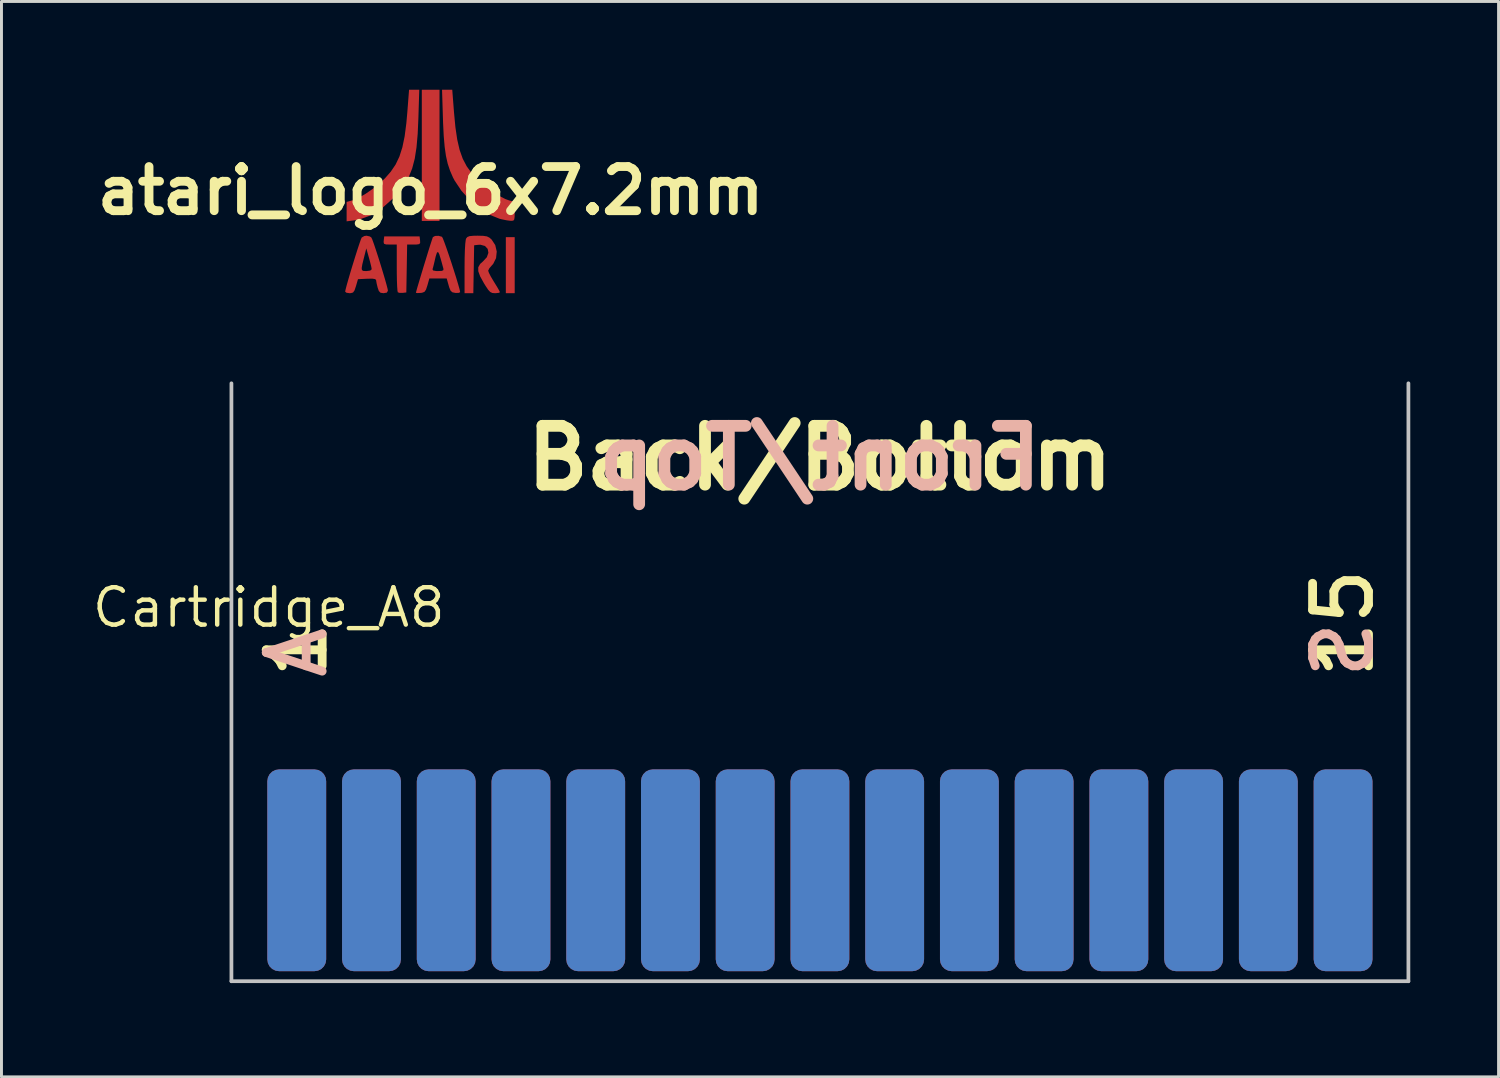
<source format=kicad_pcb>
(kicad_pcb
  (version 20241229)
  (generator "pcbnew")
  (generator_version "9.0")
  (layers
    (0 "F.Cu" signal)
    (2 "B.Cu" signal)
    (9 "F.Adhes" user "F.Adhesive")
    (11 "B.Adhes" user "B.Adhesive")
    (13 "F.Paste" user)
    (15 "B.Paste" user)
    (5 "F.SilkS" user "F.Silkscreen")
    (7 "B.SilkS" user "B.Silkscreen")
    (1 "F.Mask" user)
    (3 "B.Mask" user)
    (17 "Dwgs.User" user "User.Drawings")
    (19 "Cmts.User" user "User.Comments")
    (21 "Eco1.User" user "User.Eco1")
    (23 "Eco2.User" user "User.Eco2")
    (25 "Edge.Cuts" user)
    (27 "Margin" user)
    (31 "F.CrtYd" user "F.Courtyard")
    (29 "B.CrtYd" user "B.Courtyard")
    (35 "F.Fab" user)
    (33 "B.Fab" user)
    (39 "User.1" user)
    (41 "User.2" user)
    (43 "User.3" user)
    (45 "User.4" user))
  (footprint "atari_logo_6x7.2mm"
    (layer "F.Cu")
    (at 11.586 3.432)
    (property "Reference" "atari_logo_6x7.2mm" (at 0 0 0) (layer "F.SilkS") (effects (font (size 1.5 1.5) (thickness 0.3))))
    (attr board_only exclude_from_pos_files exclude_from_bom)
    (fp_poly (pts (xy 0.301 -1.202) (xy 0.301 1.027) (xy 0 1.027) (xy -0.301 1.027) (xy -0.301 -1.202) (xy -0.301 -3.432) (xy 0 -3.432) (xy 0.301 -3.432)) (stroke (width 0) (type solid)) (fill yes) (layer "F.Cu"))
    (fp_poly (pts (xy 2.856 2.53) (xy 2.856 3.482) (xy 2.705 3.482) (xy 2.555 3.482) (xy 2.555 2.53) (xy 2.555 1.578) (xy 2.705 1.578) (xy 2.856 1.578)) (stroke (width 0) (type solid)) (fill yes) (layer "F.Cu"))
    (fp_poly (pts (xy -0.36 1.691) (xy -0.357 1.775) (xy -0.39 1.815) (xy -0.484 1.828) (xy -0.572 1.829) (xy -0.799 1.829) (xy -0.813 2.643) (xy -0.827 3.457) (xy -0.954 3.472) (xy -1.063 3.47) (xy -1.117 3.451) (xy -1.129 3.391) (xy -1.139 3.249) (xy -1.147 3.042) (xy -1.151 2.789) (xy -1.152 2.622) (xy -1.152 1.829) (xy -1.381 1.829) (xy -1.52 1.825) (xy -1.585 1.802) (xy -1.599 1.745) (xy -1.594 1.691) (xy -1.578 1.553) (xy -0.977 1.553) (xy -0.376 1.553)) (stroke (width 0) (type solid)) (fill yes) (layer "F.Cu"))
    (fp_poly (pts (xy -0.417 -2.467) (xy -0.441 -1.928) (xy -0.481 -1.473) (xy -0.541 -1.089) (xy -0.627 -0.76) (xy -0.742 -0.472) (xy -0.892 -0.209) (xy -1.082 0.042) (xy -1.306 0.286) (xy -1.669 0.609) (xy -2.034 0.836) (xy -2.408 0.972) (xy -2.593 1.006) (xy -2.856 1.04) (xy -2.856 0.71) (xy -2.856 0.38) (xy -2.663 0.328) (xy -2.456 0.245) (xy -2.209 0.103) (xy -1.947 -0.079) (xy -1.697 -0.285) (xy -1.554 -0.421) (xy -1.353 -0.651) (xy -1.19 -0.893) (xy -1.061 -1.164) (xy -0.961 -1.478) (xy -0.884 -1.85) (xy -0.826 -2.296) (xy -0.793 -2.668) (xy -0.734 -3.432) (xy -0.56 -3.432) (xy -0.387 -3.432)) (stroke (width 0) (type solid)) (fill yes) (layer "F.Cu"))
    (fp_poly (pts (xy 0.793 -2.668) (xy 0.841 -2.161) (xy 0.903 -1.739) (xy 0.984 -1.387) (xy 1.09 -1.089) (xy 1.225 -0.831) (xy 1.395 -0.596) (xy 1.548 -0.427) (xy 1.782 -0.212) (xy 2.042 -0.01) (xy 2.302 0.161) (xy 2.539 0.283) (xy 2.663 0.328) (xy 2.856 0.38) (xy 2.856 0.703) (xy 2.854 0.878) (xy 2.842 0.974) (xy 2.81 1.015) (xy 2.749 1.023) (xy 2.718 1.023) (xy 2.586 1.006) (xy 2.413 0.971) (xy 2.339 0.952) (xy 2.002 0.816) (xy 1.66 0.6) (xy 1.335 0.323) (xy 1.046 0.001) (xy 0.814 -0.346) (xy 0.758 -0.452) (xy 0.659 -0.68) (xy 0.58 -0.917) (xy 0.52 -1.182) (xy 0.476 -1.491) (xy 0.444 -1.861) (xy 0.422 -2.308) (xy 0.417 -2.467) (xy 0.387 -3.432) (xy 0.56 -3.432) (xy 0.734 -3.432)) (stroke (width 0) (type solid)) (fill yes) (layer "F.Cu"))
    (fp_poly (pts (xy 1.789 1.533) (xy 1.912 1.552) (xy 2 1.596) (xy 2.071 1.659) (xy 2.195 1.846) (xy 2.246 2.067) (xy 2.223 2.29) (xy 2.126 2.485) (xy 2.076 2.541) (xy 1.993 2.638) (xy 1.955 2.716) (xy 1.955 2.719) (xy 1.98 2.79) (xy 2.046 2.919) (xy 2.141 3.079) (xy 2.154 3.1) (xy 2.251 3.257) (xy 2.322 3.38) (xy 2.354 3.446) (xy 2.355 3.45) (xy 2.311 3.471) (xy 2.203 3.482) (xy 2.185 3.482) (xy 2.095 3.475) (xy 2.024 3.441) (xy 1.953 3.364) (xy 1.86 3.224) (xy 1.809 3.141) (xy 1.681 2.909) (xy 1.618 2.735) (xy 1.618 2.601) (xy 1.682 2.488) (xy 1.779 2.401) (xy 1.91 2.259) (xy 1.962 2.11) (xy 1.938 1.977) (xy 1.846 1.878) (xy 1.692 1.835) (xy 1.613 1.838) (xy 1.478 1.854) (xy 1.464 2.668) (xy 1.45 3.482) (xy 1.301 3.482) (xy 1.152 3.482) (xy 1.152 2.602) (xy 1.155 2.286) (xy 1.163 2.014) (xy 1.176 1.802) (xy 1.193 1.665) (xy 1.204 1.625) (xy 1.248 1.572) (xy 1.326 1.542) (xy 1.463 1.53) (xy 1.598 1.528)) (stroke (width 0) (type solid)) (fill yes) (layer "F.Cu"))
    (fp_poly (pts (xy -2.067 1.554) (xy -2.015 1.591) (xy -1.984 1.658) (xy -1.931 1.803) (xy -1.863 2.005) (xy -1.785 2.245) (xy -1.704 2.504) (xy -1.625 2.763) (xy -1.554 3.002) (xy -1.498 3.201) (xy -1.462 3.342) (xy -1.453 3.4) (xy -1.49 3.463) (xy -1.601 3.482) (xy -1.703 3.468) (xy -1.761 3.408) (xy -1.801 3.294) (xy -1.835 3.155) (xy -1.853 3.053) (xy -1.853 3.041) (xy -1.884 3.004) (xy -1.984 2.988) (xy -2.162 2.991) (xy -2.47 3.006) (xy -2.539 3.244) (xy -2.587 3.387) (xy -2.637 3.458) (xy -2.712 3.48) (xy -2.757 3.482) (xy -2.862 3.467) (xy -2.906 3.43) (xy -2.906 3.43) (xy -2.891 3.356) (xy -2.852 3.206) (xy -2.794 3.001) (xy -2.723 2.759) (xy -2.684 2.628) (xy -2.344 2.628) (xy -2.335 2.697) (xy -2.289 2.725) (xy -2.204 2.73) (xy -2.179 2.73) (xy -2.054 2.714) (xy -2.004 2.67) (xy -2.004 2.668) (xy -2.017 2.59) (xy -2.051 2.448) (xy -2.096 2.282) (xy -2.187 1.959) (xy -2.271 2.292) (xy -2.322 2.499) (xy -2.344 2.628) (xy -2.684 2.628) (xy -2.644 2.499) (xy -2.564 2.239) (xy -2.488 2) (xy -2.422 1.8) (xy -2.372 1.657) (xy -2.344 1.591) (xy -2.343 1.591) (xy -2.256 1.54) (xy -2.179 1.528)) (stroke (width 0) (type solid)) (fill yes) (layer "F.Cu"))
    (fp_poly (pts (xy 0.377 1.563) (xy 0.387 1.569) (xy 0.416 1.623) (xy 0.467 1.755) (xy 0.536 1.947) (xy 0.616 2.18) (xy 0.702 2.437) (xy 0.786 2.698) (xy 0.865 2.947) (xy 0.93 3.165) (xy 0.978 3.333) (xy 1.001 3.434) (xy 1.002 3.447) (xy 0.959 3.471) (xy 0.853 3.474) (xy 0.841 3.473) (xy 0.74 3.453) (xy 0.679 3.4) (xy 0.632 3.288) (xy 0.612 3.219) (xy 0.545 2.981) (xy 0.25 2.981) (xy -0.044 2.981) (xy -0.111 3.219) (xy -0.159 3.363) (xy -0.211 3.437) (xy -0.292 3.467) (xy -0.34 3.473) (xy -0.45 3.478) (xy -0.501 3.47) (xy -0.501 3.468) (xy -0.487 3.411) (xy -0.449 3.275) (xy -0.391 3.081) (xy -0.321 2.846) (xy -0.267 2.668) (xy 0.063 2.668) (xy 0.082 2.71) (xy 0.187 2.729) (xy 0.249 2.73) (xy 0.38 2.724) (xy 0.434 2.697) (xy 0.432 2.643) (xy 0.404 2.542) (xy 0.363 2.392) (xy 0.345 2.33) (xy 0.292 2.156) (xy 0.251 2.081) (xy 0.214 2.103) (xy 0.174 2.223) (xy 0.152 2.315) (xy 0.113 2.483) (xy 0.08 2.614) (xy 0.063 2.668) (xy -0.267 2.668) (xy -0.243 2.587) (xy -0.162 2.325) (xy -0.086 2.076) (xy -0.018 1.859) (xy 0.036 1.693) (xy 0.069 1.594) (xy 0.076 1.577) (xy 0.149 1.537) (xy 0.267 1.532)) (stroke (width 0) (type solid)) (fill yes) (layer "F.Cu")))
  (footprint "Cartridge_A8"
    (layer "F.Cu")
    (at 24.815 30.297)
    (property "Reference" "Cartridge_A8" (at -18.73 -12.7 0) (layer "F.SilkS") (effects (font (size 1.27 1.27) (thickness 0.15))))
    (attr exclude_from_pos_files exclude_from_bom)
    (fp_line (start -20 0) (end -20 -20.32) (stroke (width 0.127) (type solid)) (layer "Dwgs.User"))
    (fp_line (start -20 0) (end 20 0) (stroke (width 0.127) (type solid)) (layer "Dwgs.User"))
    (fp_line (start 20 0) (end 20 -20.32) (stroke (width 0.127) (type solid)) (layer "Dwgs.User"))
    (fp_text user "Back/Bottom" (at 0 -17.78 0) (layer "F.SilkS") (effects (font (size 2 2) (thickness 0.4))))
    (fp_text user "15" (at 17.78 -10.16 90) (layer "F.SilkS") (effects (font (size 1.9 1.9) (thickness 0.3)) (justify left)))
    (fp_text user "1" (at -17.78 -10.16 90) (layer "F.SilkS") (effects (font (size 1.9 1.9) (thickness 0.3)) (justify left)))
    (fp_text user "S" (at 17.78 -10.16 270) (layer "B.SilkS") (effects (font (size 1.9 1.9) (thickness 0.3)) (justify right mirror)))
    (fp_text user "Front/Top" (at 0 -17.78 0) (layer "B.SilkS") (effects (font (size 2 2) (thickness 0.4)) (justify mirror)))
    (fp_text user "A" (at -17.78 -10.16 270) (layer "B.SilkS") (effects (font (size 1.9 1.9) (thickness 0.3)) (justify right mirror)))
    (pad "1" smd roundrect (at -17.78 -3.77 90) (size 6.858 2) (layers "F.Cu" "F.Mask") (roundrect_rratio 0.2))
    (pad "2" smd roundrect (at -15.24 -3.77 90) (size 6.858 2) (layers "F.Cu" "F.Mask") (roundrect_rratio 0.2))
    (pad "3" smd roundrect (at -12.7 -3.77 90) (size 6.858 2) (layers "F.Cu" "F.Mask") (roundrect_rratio 0.2))
    (pad "4" smd roundrect (at -10.16 -3.77 90) (size 6.858 2) (layers "F.Cu" "F.Mask") (roundrect_rratio 0.2))
    (pad "5" smd roundrect (at -7.62 -3.77 90) (size 6.858 2) (layers "F.Cu" "F.Mask") (roundrect_rratio 0.2))
    (pad "6" smd roundrect (at -5.08 -3.77 90) (size 6.858 2) (layers "F.Cu" "F.Mask") (roundrect_rratio 0.2))
    (pad "7" smd roundrect (at -2.54 -3.77 90) (size 6.858 2) (layers "F.Cu" "F.Mask") (roundrect_rratio 0.2))
    (pad "8" smd roundrect (at 0 -3.77 90) (size 6.858 2) (layers "F.Cu" "F.Mask") (roundrect_rratio 0.2))
    (pad "9" smd roundrect (at 2.54 -3.77 90) (size 6.858 2) (layers "F.Cu" "F.Mask") (roundrect_rratio 0.2))
    (pad "10" smd roundrect (at 5.08 -3.77 90) (size 6.858 2) (layers "F.Cu" "F.Mask") (roundrect_rratio 0.2))
    (pad "11" smd roundrect (at 7.62 -3.77 90) (size 6.858 2) (layers "F.Cu" "F.Mask") (roundrect_rratio 0.2))
    (pad "12" smd roundrect (at 10.16 -3.77 90) (size 6.858 2) (layers "F.Cu" "F.Mask") (roundrect_rratio 0.2))
    (pad "13" smd roundrect (at 12.7 -3.77 90) (size 6.858 2) (layers "F.Cu" "F.Mask") (roundrect_rratio 0.2))
    (pad "14" smd roundrect (at 15.24 -3.77 90) (size 6.858 2) (layers "F.Cu" "F.Mask") (roundrect_rratio 0.2))
    (pad "15" smd roundrect (at 17.78 -3.77 90) (size 6.858 2) (layers "F.Cu" "F.Mask") (roundrect_rratio 0.2))
    (pad "A" smd roundrect (at -17.78 -3.77 90) (size 6.858 2) (layers "B.Cu" "B.Mask") (roundrect_rratio 0.2))
    (pad "B" smd roundrect (at -15.24 -3.77 90) (size 6.858 2) (layers "B.Cu" "B.Mask") (roundrect_rratio 0.2))
    (pad "C" smd roundrect (at -12.7 -3.77 90) (size 6.858 2) (layers "B.Cu" "B.Mask") (roundrect_rratio 0.2))
    (pad "D" smd roundrect (at -10.16 -3.77 90) (size 6.858 2) (layers "B.Cu" "B.Mask") (roundrect_rratio 0.2))
    (pad "E" smd roundrect (at -7.62 -3.77 90) (size 6.858 2) (layers "B.Cu" "B.Mask") (roundrect_rratio 0.2))
    (pad "F" smd roundrect (at -5.08 -3.77 90) (size 6.858 2) (layers "B.Cu" "B.Mask") (roundrect_rratio 0.2))
    (pad "H" smd roundrect (at -2.54 -3.77 90) (size 6.858 2) (layers "B.Cu" "B.Mask") (roundrect_rratio 0.2))
    (pad "J" smd roundrect (at 0 -3.77 90) (size 6.858 2) (layers "B.Cu" "B.Mask") (roundrect_rratio 0.2))
    (pad "K" smd roundrect (at 2.54 -3.77 90) (size 6.858 2) (layers "B.Cu" "B.Mask") (roundrect_rratio 0.2))
    (pad "L" smd roundrect (at 5.08 -3.77 90) (size 6.858 2) (layers "B.Cu" "B.Mask") (roundrect_rratio 0.2))
    (pad "M" smd roundrect (at 7.62 -3.77 90) (size 6.858 2) (layers "B.Cu" "B.Mask") (roundrect_rratio 0.2))
    (pad "N" smd roundrect (at 10.16 -3.77 90) (size 6.858 2) (layers "B.Cu" "B.Mask") (roundrect_rratio 0.2))
    (pad "P" smd roundrect (at 12.7 -3.77 90) (size 6.858 2) (layers "B.Cu" "B.Mask") (roundrect_rratio 0.2))
    (pad "R" smd roundrect (at 15.24 -3.77 90) (size 6.858 2) (layers "B.Cu" "B.Mask") (roundrect_rratio 0.2))
    (pad "S" smd roundrect (at 17.78 -3.77 90) (size 6.858 2) (layers "B.Cu" "B.Mask") (roundrect_rratio 0.2)))
  (gr_rect
    (start -3 -3)
    (end 47.879 33.547)
    (stroke (width 0.1) (type default))
    (fill no)
    (layer "Edge.Cuts")))
</source>
